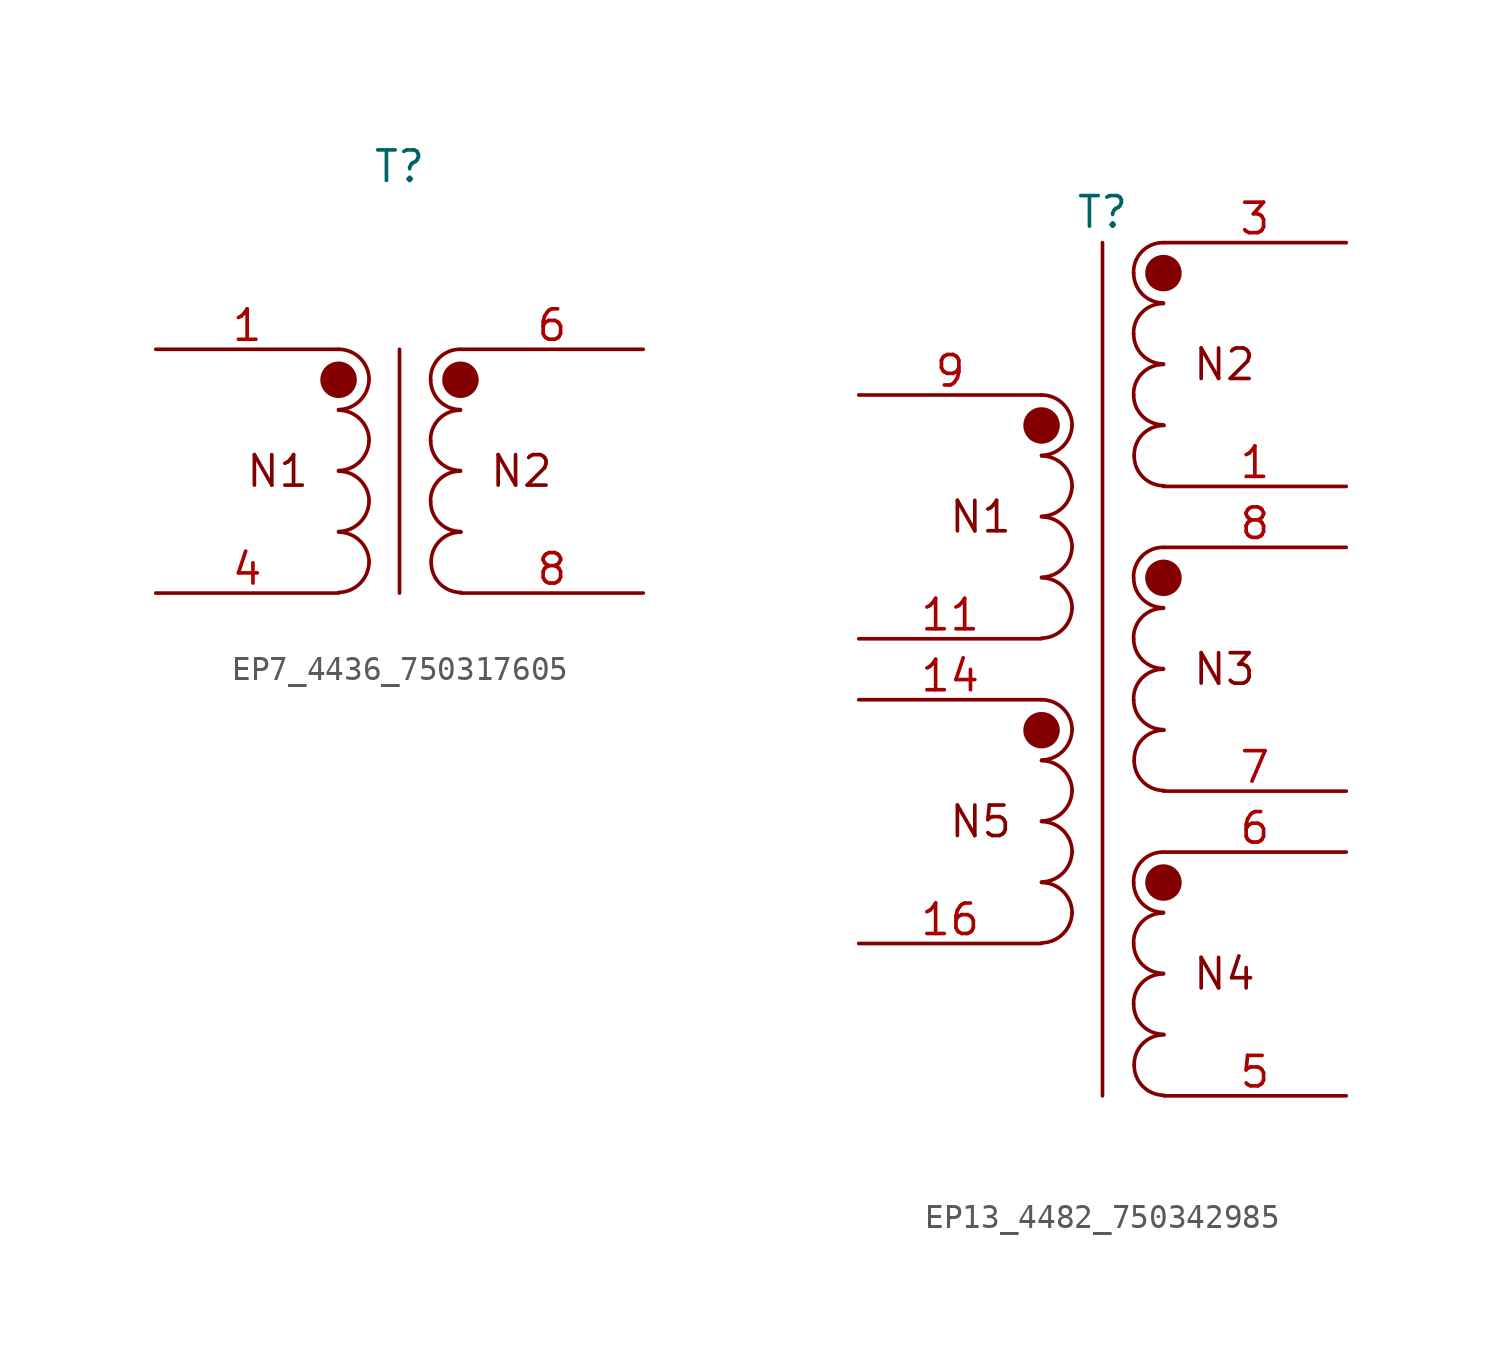
<source format=kicad_sym>
(kicad_symbol_lib
  (version 20220914)
  (generator kicad_symbol_editor)
  (symbol "EP7_4436_750317605"
    (pin_names hide)
    (property "Reference" "T"
      (at 0 12.7 0)
      (effects (font (size 1.27 1.27))))
    (symbol "EP7_4436_750317605_0_1"
      (arc (start -2.54 -5.0546) (mid -1.6599 -4.6901) (end -1.27 -3.81) (stroke (width 0) (type default)) (fill (type none)))
      (arc (start -2.54 -2.5146) (mid -1.6599 -2.1501) (end -1.27 -1.27) (stroke (width 0) (type default)) (fill (type none)))
      (arc (start -2.54 0.0254) (mid -1.6599 0.3899) (end -1.27 1.27) (stroke (width 0) (type default)) (fill (type none)))
      (arc (start -2.54 2.5654) (mid -1.6599 2.9299) (end -1.27 3.81) (stroke (width 0) (type default)) (fill (type none)))
      (arc (start -1.27 -3.81) (mid -1.642 -2.912) (end -2.54 -2.54) (stroke (width 0) (type default)) (fill (type none)))
      (arc (start -1.27 -1.27) (mid -1.642 -0.372) (end -2.54 0) (stroke (width 0) (type default)) (fill (type none)))
      (arc (start -1.27 1.27) (mid -1.642 2.168) (end -2.54 2.54) (stroke (width 0) (type default)) (fill (type none)))
      (arc (start -1.27 3.81) (mid -1.642 4.708) (end -2.54 5.08) (stroke (width 0) (type default)) (fill (type none)))
      (polyline (pts (xy 0 5.08) (xy 0 -5.08)) (stroke (width 0) (type default)) (fill (type none)))
      (arc (start 1.2954 -1.27) (mid 1.6599 -2.1501) (end 2.54 -2.5146) (stroke (width 0) (type default)) (fill (type none)))
      (arc (start 1.2954 1.27) (mid 1.6599 0.3899) (end 2.54 0.0254) (stroke (width 0) (type default)) (fill (type none)))
      (arc (start 1.2954 3.81) (mid 1.6599 2.9299) (end 2.54 2.5654) (stroke (width 0) (type default)) (fill (type none)))
      (arc (start 1.3208 -3.81) (mid 1.6853 -4.6901) (end 2.5654 -5.0546) (stroke (width 0) (type default)) (fill (type none)))
      (arc (start 2.54 0) (mid 1.642 -0.372) (end 1.2954 -1.27) (stroke (width 0) (type default)) (fill (type none)))
      (arc (start 2.54 2.54) (mid 1.642 2.168) (end 1.2954 1.27) (stroke (width 0) (type default)) (fill (type none)))
      (arc (start 2.54 5.08) (mid 1.642 4.708) (end 1.2954 3.81) (stroke (width 0) (type default)) (fill (type none)))
      (arc (start 2.5654 -2.54) (mid 1.6674 -2.912) (end 1.3208 -3.81) (stroke (width 0) (type default)) (fill (type none))))
    (symbol "EP7_4436_750317605_1_1"
      (circle (center -2.54 3.81) (radius 0.0001) (stroke (width 0.762) (type default)) (fill (type none)))
      (circle (center 2.54 3.81) (radius 0.0001) (stroke (width 0.762) (type default)) (fill (type none)))
      (text "N1" (at -5.08 0 0) (effects (font (size 1.27 1.27))))
      (text "N2" (at 5.08 0 0) (effects (font (size 1.27 1.27))))
      (pin passive line (at -10.16 5.08 0) (length 7.62) (name "1" (effects (font (size 1.27 1.27)))) (number "1" (effects (font (size 1.27 1.27)))))
      (pin passive line (at -10.16 -5.08 0) (length 7.62) (name "4" (effects (font (size 1.27 1.27)))) (number "4" (effects (font (size 1.27 1.27)))))
      (pin passive line (at 10.16 5.08 180) (length 7.62) hide (name "5" (effects (font (size 1.27 1.27)))) (number "5" (effects (font (size 1.27 1.27)))))
      (pin passive line (at 10.16 5.08 180) (length 7.62) (name "6" (effects (font (size 1.27 1.27)))) (number "6" (effects (font (size 1.27 1.27)))))
      (pin passive line (at 10.16 -5.08 180) (length 7.62) hide (name "7" (effects (font (size 1.27 1.27)))) (number "7" (effects (font (size 1.27 1.27)))))
      (pin passive line (at 10.16 -5.08 180) (length 7.62) (name "8" (effects (font (size 1.27 1.27)))) (number "8" (effects (font (size 1.27 1.27)))))))
  (symbol "EP13_4482_750342985"
    (pin_names hide)
    (property "Reference" "T"
      (at 0 19.05 0)
      (effects (font (size 1.27 1.27))))
    (symbol "EP13_4482_750342985_0_1"
      (arc (start -2.54 -11.4046) (mid -1.6561 -11.0363) (end -1.27 -10.16) (stroke (width 0) (type default)) (fill (type none)))
      (arc (start -2.54 -8.8646) (mid -1.6561 -8.4963) (end -1.27 -7.62) (stroke (width 0) (type default)) (fill (type none)))
      (arc (start -2.54 -6.3246) (mid -1.6561 -5.9563) (end -1.27 -5.08) (stroke (width 0) (type default)) (fill (type none)))
      (arc (start -2.54 -3.7846) (mid -1.6561 -3.4163) (end -1.27 -2.54) (stroke (width 0) (type default)) (fill (type none)))
      (arc (start -2.54 1.2954) (mid -1.6561 1.6637) (end -1.27 2.54) (stroke (width 0) (type default)) (fill (type none)))
      (arc (start -2.54 3.8354) (mid -1.6561 4.2037) (end -1.27 5.08) (stroke (width 0) (type default)) (fill (type none)))
      (arc (start -2.54 6.3754) (mid -1.6561 6.7437) (end -1.27 7.62) (stroke (width 0) (type default)) (fill (type none)))
      (arc (start -2.54 8.9154) (mid -1.6561 9.2837) (end -1.27 10.16) (stroke (width 0) (type default)) (fill (type none)))
      (arc (start -1.27 -10.16) (mid -1.642 -9.262) (end -2.54 -8.89) (stroke (width 0) (type default)) (fill (type none)))
      (arc (start -1.27 -7.62) (mid -1.642 -6.722) (end -2.54 -6.35) (stroke (width 0) (type default)) (fill (type none)))
      (arc (start -1.27 -5.08) (mid -1.642 -4.182) (end -2.54 -3.81) (stroke (width 0) (type default)) (fill (type none)))
      (arc (start -1.27 -2.54) (mid -1.642 -1.642) (end -2.54 -1.27) (stroke (width 0) (type default)) (fill (type none)))
      (arc (start -1.27 2.54) (mid -1.642 3.438) (end -2.54 3.81) (stroke (width 0) (type default)) (fill (type none)))
      (arc (start -1.27 5.08) (mid -1.642 5.978) (end -2.54 6.35) (stroke (width 0) (type default)) (fill (type none)))
      (arc (start -1.27 7.62) (mid -1.642 8.518) (end -2.54 8.89) (stroke (width 0) (type default)) (fill (type none)))
      (arc (start -1.27 10.16) (mid -1.642 11.058) (end -2.54 11.43) (stroke (width 0) (type default)) (fill (type none)))
      (polyline (pts (xy 0 17.78) (xy 0 -17.78)) (stroke (width 0) (type default)) (fill (type none)))
      (arc (start 1.2954 -13.97) (mid 1.6599 -14.8501) (end 2.54 -15.2146) (stroke (width 0) (type default)) (fill (type none)))
      (arc (start 1.2954 -11.43) (mid 1.6599 -12.3101) (end 2.54 -12.6746) (stroke (width 0) (type default)) (fill (type none)))
      (arc (start 1.2954 -8.89) (mid 1.6599 -9.7701) (end 2.54 -10.1346) (stroke (width 0) (type default)) (fill (type none)))
      (arc (start 1.2954 -1.27) (mid 1.6599 -2.1501) (end 2.54 -2.5146) (stroke (width 0) (type default)) (fill (type none)))
      (arc (start 1.2954 1.27) (mid 1.6599 0.3899) (end 2.54 0.0254) (stroke (width 0) (type default)) (fill (type none)))
      (arc (start 1.2954 3.81) (mid 1.6599 2.9299) (end 2.54 2.5654) (stroke (width 0) (type default)) (fill (type none)))
      (arc (start 1.2954 11.43) (mid 1.6599 10.5499) (end 2.54 10.1854) (stroke (width 0) (type default)) (fill (type none)))
      (arc (start 1.2954 13.97) (mid 1.6599 13.0899) (end 2.54 12.7254) (stroke (width 0) (type default)) (fill (type none)))
      (arc (start 1.2954 16.51) (mid 1.6599 15.6299) (end 2.54 15.2654) (stroke (width 0) (type default)) (fill (type none)))
      (arc (start 1.3208 -16.51) (mid 1.6854 -17.3899) (end 2.5654 -17.7546) (stroke (width 0) (type default)) (fill (type none)))
      (arc (start 1.3208 -3.81) (mid 1.6853 -4.6901) (end 2.5654 -5.0546) (stroke (width 0) (type default)) (fill (type none)))
      (arc (start 1.3208 8.89) (mid 1.6854 8.0101) (end 2.5654 7.6454) (stroke (width 0) (type default)) (fill (type none)))
      (arc (start 2.54 -12.7) (mid 1.6458 -13.0685) (end 1.2954 -13.97) (stroke (width 0) (type default)) (fill (type none)))
      (arc (start 2.54 -10.16) (mid 1.6458 -10.5285) (end 1.2954 -11.43) (stroke (width 0) (type default)) (fill (type none)))
      (arc (start 2.54 -7.62) (mid 1.6458 -7.9885) (end 1.2954 -8.89) (stroke (width 0) (type default)) (fill (type none)))
      (arc (start 2.54 0) (mid 1.642 -0.372) (end 1.2954 -1.27) (stroke (width 0) (type default)) (fill (type none)))
      (arc (start 2.54 2.54) (mid 1.642 2.168) (end 1.2954 1.27) (stroke (width 0) (type default)) (fill (type none)))
      (arc (start 2.54 5.08) (mid 1.642 4.708) (end 1.2954 3.81) (stroke (width 0) (type default)) (fill (type none)))
      (arc (start 2.54 12.7) (mid 1.6458 12.3315) (end 1.2954 11.43) (stroke (width 0) (type default)) (fill (type none)))
      (arc (start 2.54 15.24) (mid 1.6458 14.8715) (end 1.2954 13.97) (stroke (width 0) (type default)) (fill (type none)))
      (arc (start 2.54 17.78) (mid 1.6458 17.4115) (end 1.2954 16.51) (stroke (width 0) (type default)) (fill (type none)))
      (arc (start 2.5654 -15.24) (mid 1.6709 -15.6083) (end 1.3208 -16.51) (stroke (width 0) (type default)) (fill (type none)))
      (arc (start 2.5654 -2.54) (mid 1.6674 -2.912) (end 1.3208 -3.81) (stroke (width 0) (type default)) (fill (type none)))
      (arc (start 2.5654 10.16) (mid 1.6709 9.7917) (end 1.3208 8.89) (stroke (width 0) (type default)) (fill (type none))))
    (symbol "EP13_4482_750342985_1_1"
      (circle (center -2.54 -2.54) (radius 0.0001) (stroke (width 0.762) (type default)) (fill (type none)))
      (circle (center -2.54 10.16) (radius 0.0001) (stroke (width 0.762) (type default)) (fill (type none)))
      (circle (center 2.54 -8.89) (radius 0.0001) (stroke (width 0.762) (type default)) (fill (type none)))
      (circle (center 2.54 3.81) (radius 0.0001) (stroke (width 0.762) (type default)) (fill (type none)))
      (circle (center 2.54 16.51) (radius 0.0001) (stroke (width 0.762) (type default)) (fill (type none)))
      (text "N1" (at -5.08 6.35 0) (effects (font (size 1.27 1.27))))
      (text "N2" (at 5.08 12.7 0) (effects (font (size 1.27 1.27))))
      (text "N3" (at 5.08 0 0) (effects (font (size 1.27 1.27))))
      (text "N4" (at 5.08 -12.7 0) (effects (font (size 1.27 1.27))))
      (text "N5" (at -5.08 -6.35 0) (effects (font (size 1.27 1.27))))
      (pin passive line (at 10.16 7.62 180) (length 7.62) (name "1" (effects (font (size 1.27 1.27)))) (number "1" (effects (font (size 1.27 1.27)))))
      (pin passive line (at -10.16 1.27 0) (length 7.62) (name "11" (effects (font (size 1.27 1.27)))) (number "11" (effects (font (size 1.27 1.27)))))
      (pin passive line (at -10.16 -1.27 0) (length 7.62) (name "14" (effects (font (size 1.27 1.27)))) (number "14" (effects (font (size 1.27 1.27)))))
      (pin passive line (at -10.16 -11.43 0) (length 7.62) (name "16" (effects (font (size 1.27 1.27)))) (number "16" (effects (font (size 1.27 1.27)))))
      (pin passive line (at 10.16 7.62 180) (length 7.62) hide (name "2" (effects (font (size 1.27 1.27)))) (number "2" (effects (font (size 1.27 1.27)))))
      (pin passive line (at 10.16 17.78 180) (length 7.62) (name "3" (effects (font (size 1.27 1.27)))) (number "3" (effects (font (size 1.27 1.27)))))
      (pin passive line (at 10.16 17.78 180) (length 7.62) hide (name "4" (effects (font (size 1.27 1.27)))) (number "4" (effects (font (size 1.27 1.27)))))
      (pin passive line (at 10.16 -17.78 180) (length 7.62) (name "5" (effects (font (size 1.27 1.27)))) (number "5" (effects (font (size 1.27 1.27)))))
      (pin passive line (at 10.16 -7.62 180) (length 7.62) (name "6" (effects (font (size 1.27 1.27)))) (number "6" (effects (font (size 1.27 1.27)))))
      (pin passive line (at 10.16 -5.08 180) (length 7.62) (name "7" (effects (font (size 1.27 1.27)))) (number "7" (effects (font (size 1.27 1.27)))))
      (pin passive line (at 10.16 5.08 180) (length 7.62) (name "8" (effects (font (size 1.27 1.27)))) (number "8" (effects (font (size 1.27 1.27)))))
      (pin passive line (at -10.16 11.43 0) (length 7.62) (name "9" (effects (font (size 1.27 1.27)))) (number "9" (effects (font (size 1.27 1.27))))))))
</source>
